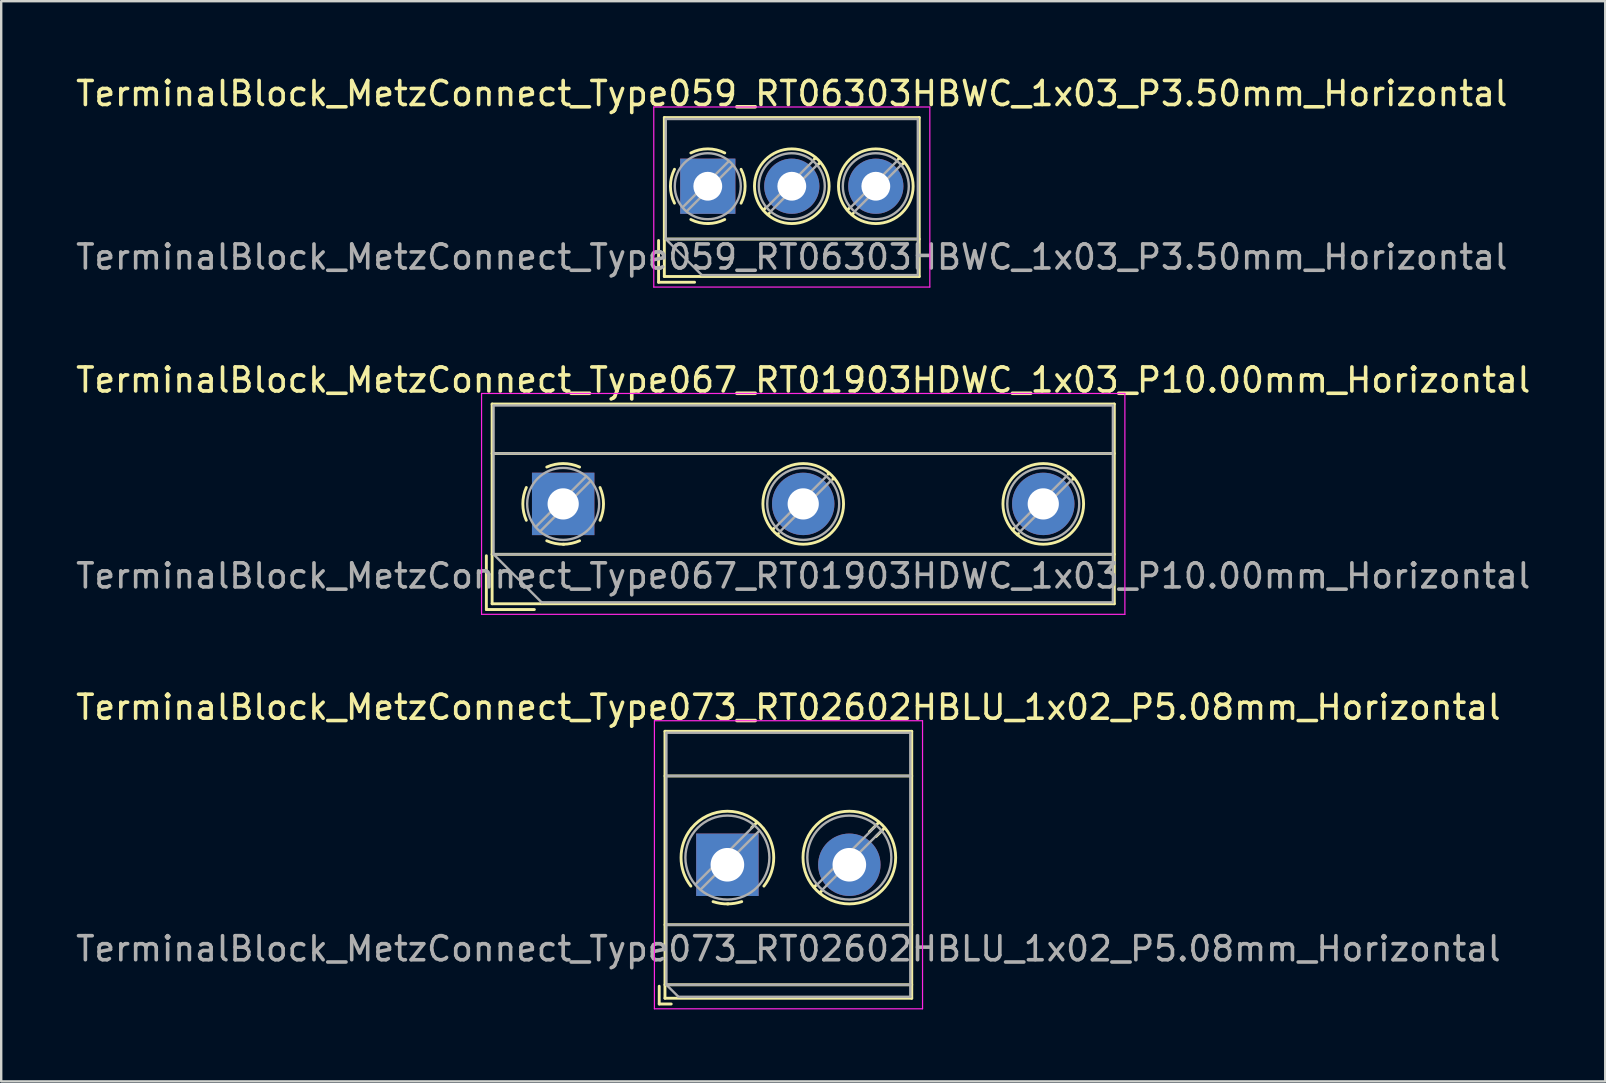
<source format=kicad_pcb>
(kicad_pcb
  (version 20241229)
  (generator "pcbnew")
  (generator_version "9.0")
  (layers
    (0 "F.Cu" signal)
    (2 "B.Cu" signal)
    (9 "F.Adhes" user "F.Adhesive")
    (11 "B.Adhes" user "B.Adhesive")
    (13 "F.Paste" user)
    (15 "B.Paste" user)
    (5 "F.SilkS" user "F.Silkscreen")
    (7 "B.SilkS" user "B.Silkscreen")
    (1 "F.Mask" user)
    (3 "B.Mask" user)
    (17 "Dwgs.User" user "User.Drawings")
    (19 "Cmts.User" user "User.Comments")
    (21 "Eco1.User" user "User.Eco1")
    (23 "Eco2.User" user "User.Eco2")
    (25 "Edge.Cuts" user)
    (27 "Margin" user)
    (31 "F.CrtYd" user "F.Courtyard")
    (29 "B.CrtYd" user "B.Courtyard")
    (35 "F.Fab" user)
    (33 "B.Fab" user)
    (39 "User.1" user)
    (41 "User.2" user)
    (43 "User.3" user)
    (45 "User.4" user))
  (footprint "TerminalBlock_MetzConnect_Type073_RT02602HBLU_1x02_P5.08mm_Horizontal"
    (layer "F.Cu")
    (at 27.252 32.975)
    (property "Reference" "TerminalBlock_MetzConnect_Type073_RT02602HBLU_1x02_P5.08mm_Horizontal" (at 2.54 -6.56 0) (layer "F.SilkS") (effects (font (size 1 1) (thickness 0.15))))
    (attr through_hole)
    (fp_line (start -2.84 5.06) (end -2.84 5.8) (stroke (width 0.12) (type solid)) (layer "F.SilkS"))
    (fp_line (start -2.84 5.8) (end -2.34 5.8) (stroke (width 0.12) (type solid)) (layer "F.SilkS"))
    (fp_line (start -2.6 -5.56) (end -2.6 5.56) (stroke (width 0.12) (type solid)) (layer "F.SilkS"))
    (fp_line (start -2.6 -5.56) (end 7.68 -5.56) (stroke (width 0.12) (type solid)) (layer "F.SilkS"))
    (fp_line (start -2.6 -3.7) (end 7.68 -3.7) (stroke (width 0.12) (type solid)) (layer "F.SilkS"))
    (fp_line (start -2.6 2.5) (end 7.68 2.5) (stroke (width 0.12) (type solid)) (layer "F.SilkS"))
    (fp_line (start -2.6 5) (end 7.68 5) (stroke (width 0.12) (type solid)) (layer "F.SilkS"))
    (fp_line (start -2.6 5.56) (end 7.68 5.56) (stroke (width 0.12) (type solid)) (layer "F.SilkS"))
    (fp_line (start 1.229 -1.764) (end 1.013 -1.549) (stroke (width 0.12) (type solid)) (layer "F.SilkS"))
    (fp_line (start 3.724 0.821) (end 3.617 0.928) (stroke (width 0.12) (type solid)) (layer "F.SilkS"))
    (fp_line (start 3.933 1.083) (end 3.852 1.164) (stroke (width 0.12) (type solid)) (layer "F.SilkS"))
    (fp_line (start 6.309 -1.764) (end 5.918 -1.374) (stroke (width 0.12) (type solid)) (layer "F.SilkS"))
    (fp_line (start 6.544 -1.529) (end 6.194 -1.179) (stroke (width 0.12) (type solid)) (layer "F.SilkS"))
    (fp_line (start 7.68 -5.56) (end 7.68 5.56) (stroke (width 0.12) (type solid)) (layer "F.SilkS"))
    (fp_arc (start -1.521645 0.888175) (mid -1.930586 -0.300524) (end -1.521 -1.489) (stroke (width 0.12) (type solid)) (layer "F.SilkS"))
    (fp_arc (start -1.500317 -1.514609) (mid -0.000252 -2.230344) (end 1.5 -1.515) (stroke (width 0.12) (type solid)) (layer "F.SilkS"))
    (fp_arc (start 0.033269 1.630336) (mid -0.285785 1.609354) (end -0.597 1.536) (stroke (width 0.12) (type solid)) (layer "F.SilkS"))
    (fp_arc (start 0.596403 1.535539) (mid 0.301919 1.606238) (end 0 1.63) (stroke (width 0.12) (type solid)) (layer "F.SilkS"))
    (fp_arc (start 1.521645 -1.488175) (mid 1.930586 -0.299476) (end 1.521 0.889) (stroke (width 0.12) (type solid)) (layer "F.SilkS"))
    (fp_arc (start 5.08 1.63) (mid 5.08 -2.23) (end 5.08 1.63) (stroke (width 0.12) (type solid)) (layer "F.SilkS"))
    (fp_line (start -3.04 -6) (end -3.04 6) (stroke (width 0.05) (type solid)) (layer "F.CrtYd"))
    (fp_line (start -3.04 6) (end 8.13 6) (stroke (width 0.05) (type solid)) (layer "F.CrtYd"))
    (fp_line (start 8.13 -6) (end -3.04 -6) (stroke (width 0.05) (type solid)) (layer "F.CrtYd"))
    (fp_line (start 8.13 6) (end 8.13 -6) (stroke (width 0.05) (type solid)) (layer "F.CrtYd"))
    (fp_line (start -2.54 -5.5) (end 7.62 -5.5) (stroke (width 0.1) (type solid)) (layer "F.Fab"))
    (fp_line (start -2.54 -3.7) (end 7.62 -3.7) (stroke (width 0.1) (type solid)) (layer "F.Fab"))
    (fp_line (start -2.54 2.5) (end 7.62 2.5) (stroke (width 0.1) (type solid)) (layer "F.Fab"))
    (fp_line (start -2.54 5) (end -2.54 -5.5) (stroke (width 0.1) (type solid)) (layer "F.Fab"))
    (fp_line (start -2.54 5) (end 7.62 5) (stroke (width 0.1) (type solid)) (layer "F.Fab"))
    (fp_line (start -2.04 5.5) (end -2.54 5) (stroke (width 0.1) (type solid)) (layer "F.Fab"))
    (fp_line (start 1.114 -1.628) (end -1.328 0.814) (stroke (width 0.1) (type solid)) (layer "F.Fab"))
    (fp_line (start 1.328 -1.414) (end -1.114 1.027) (stroke (width 0.1) (type solid)) (layer "F.Fab"))
    (fp_line (start 6.194 -1.628) (end 3.753 0.814) (stroke (width 0.1) (type solid)) (layer "F.Fab"))
    (fp_line (start 6.408 -1.414) (end 3.967 1.027) (stroke (width 0.1) (type solid)) (layer "F.Fab"))
    (fp_line (start 7.62 -5.5) (end 7.62 5.5) (stroke (width 0.1) (type solid)) (layer "F.Fab"))
    (fp_line (start 7.62 5.5) (end -2.04 5.5) (stroke (width 0.1) (type solid)) (layer "F.Fab"))
    (fp_circle (center 0 -0.3) (end 1.75 -0.3) (stroke (width 0.1) (type solid)) (fill no) (layer "F.Fab"))
    (fp_circle (center 5.08 -0.3) (end 6.83 -0.3) (stroke (width 0.1) (type solid)) (fill no) (layer "F.Fab"))
    (fp_text user "${REFERENCE}" (at 2.54 3.5 0) (layer "F.Fab") (effects (font (size 1 1) (thickness 0.15))))
    (pad "1" thru_hole rect (at 0 0) (size 2.6 2.6) (drill 1.4) (layers "*.Cu" "*.Mask"))
    (pad "2" thru_hole circle (at 5.08 0) (size 2.6 2.6) (drill 1.4) (layers "*.Cu" "*.Mask")))
  (footprint "TerminalBlock_MetzConnect_Type059_RT06303HBWC_1x03_P3.50mm_Horizontal"
    (layer "F.Cu")
    (at 26.435 4.708)
    (property "Reference" "TerminalBlock_MetzConnect_Type059_RT06303HBWC_1x03_P3.50mm_Horizontal" (at 3.5 -3.86 0) (layer "F.SilkS") (effects (font (size 1 1) (thickness 0.15))))
    (attr through_hole)
    (fp_line (start -2.05 2.26) (end -2.05 4) (stroke (width 0.12) (type solid)) (layer "F.SilkS"))
    (fp_line (start -2.05 4) (end -0.55 4) (stroke (width 0.12) (type solid)) (layer "F.SilkS"))
    (fp_line (start -1.81 -2.86) (end -1.81 3.76) (stroke (width 0.12) (type solid)) (layer "F.SilkS"))
    (fp_line (start -1.81 -2.86) (end 8.81 -2.86) (stroke (width 0.12) (type solid)) (layer "F.SilkS"))
    (fp_line (start -1.81 2.2) (end 8.81 2.2) (stroke (width 0.12) (type solid)) (layer "F.SilkS"))
    (fp_line (start -1.81 3.76) (end 8.81 3.76) (stroke (width 0.12) (type solid)) (layer "F.SilkS"))
    (fp_line (start 2.397 0.914) (end 2.321 0.99) (stroke (width 0.12) (type solid)) (layer "F.SilkS"))
    (fp_line (start 2.565 1.125) (end 2.511 1.18) (stroke (width 0.12) (type solid)) (layer "F.SilkS"))
    (fp_line (start 4.49 -1.18) (end 4.436 -1.126) (stroke (width 0.12) (type solid)) (layer "F.SilkS"))
    (fp_line (start 4.68 -0.99) (end 4.604 -0.914) (stroke (width 0.12) (type solid)) (layer "F.SilkS"))
    (fp_line (start 5.897 0.914) (end 5.821 0.99) (stroke (width 0.12) (type solid)) (layer "F.SilkS"))
    (fp_line (start 6.065 1.125) (end 6.011 1.18) (stroke (width 0.12) (type solid)) (layer "F.SilkS"))
    (fp_line (start 7.99 -1.18) (end 7.936 -1.126) (stroke (width 0.12) (type solid)) (layer "F.SilkS"))
    (fp_line (start 8.18 -0.99) (end 8.104 -0.914) (stroke (width 0.12) (type solid)) (layer "F.SilkS"))
    (fp_line (start 8.81 -2.86) (end 8.81 3.76) (stroke (width 0.12) (type solid)) (layer "F.SilkS"))
    (fp_arc (start -1.386645 0.705733) (mid -1.555906 -0.000711) (end -1.386 -0.707) (stroke (width 0.12) (type solid)) (layer "F.SilkS"))
    (fp_arc (start -0.705733 -1.386645) (mid 0.000711 -1.555906) (end 0.707 -1.386) (stroke (width 0.12) (type solid)) (layer "F.SilkS"))
    (fp_arc (start 0.026444 1.555682) (mid -0.350695 1.515869) (end -0.707 1.386) (stroke (width 0.12) (type solid)) (layer "F.SilkS"))
    (fp_arc (start 0.705955 1.385515) (mid 0.363007 1.512035) (end 0 1.555) (stroke (width 0.12) (type solid)) (layer "F.SilkS"))
    (fp_arc (start 1.386645 -0.705733) (mid 1.555906 0.000711) (end 1.386 0.707) (stroke (width 0.12) (type solid)) (layer "F.SilkS"))
    (fp_circle (center 3.5 0) (end 5.055 0) (stroke (width 0.12) (type solid)) (fill no) (layer "F.SilkS"))
    (fp_circle (center 7 0) (end 8.555 0) (stroke (width 0.12) (type solid)) (fill no) (layer "F.SilkS"))
    (fp_line (start -2.25 -3.3) (end -2.25 4.2) (stroke (width 0.05) (type solid)) (layer "F.CrtYd"))
    (fp_line (start -2.25 4.2) (end 9.25 4.2) (stroke (width 0.05) (type solid)) (layer "F.CrtYd"))
    (fp_line (start 9.25 -3.3) (end -2.25 -3.3) (stroke (width 0.05) (type solid)) (layer "F.CrtYd"))
    (fp_line (start 9.25 4.2) (end 9.25 -3.3) (stroke (width 0.05) (type solid)) (layer "F.CrtYd"))
    (fp_line (start -1.75 -2.8) (end 8.75 -2.8) (stroke (width 0.1) (type solid)) (layer "F.Fab"))
    (fp_line (start -1.75 2.2) (end -1.75 -2.8) (stroke (width 0.1) (type solid)) (layer "F.Fab"))
    (fp_line (start -1.75 2.2) (end 8.75 2.2) (stroke (width 0.1) (type solid)) (layer "F.Fab"))
    (fp_line (start -0.25 3.7) (end -1.75 2.2) (stroke (width 0.1) (type solid)) (layer "F.Fab"))
    (fp_line (start 0.876 -1.043) (end -1.043 0.875) (stroke (width 0.1) (type solid)) (layer "F.Fab"))
    (fp_line (start 1.043 -0.875) (end -0.876 1.043) (stroke (width 0.1) (type solid)) (layer "F.Fab"))
    (fp_line (start 4.376 -1.043) (end 2.458 0.875) (stroke (width 0.1) (type solid)) (layer "F.Fab"))
    (fp_line (start 4.543 -0.875) (end 2.625 1.043) (stroke (width 0.1) (type solid)) (layer "F.Fab"))
    (fp_line (start 7.876 -1.043) (end 5.958 0.875) (stroke (width 0.1) (type solid)) (layer "F.Fab"))
    (fp_line (start 8.043 -0.875) (end 6.125 1.043) (stroke (width 0.1) (type solid)) (layer "F.Fab"))
    (fp_line (start 8.75 -2.8) (end 8.75 3.7) (stroke (width 0.1) (type solid)) (layer "F.Fab"))
    (fp_line (start 8.75 3.7) (end -0.25 3.7) (stroke (width 0.1) (type solid)) (layer "F.Fab"))
    (fp_circle (center 0 0) (end 1.375 0) (stroke (width 0.1) (type solid)) (fill no) (layer "F.Fab"))
    (fp_circle (center 3.5 0) (end 4.875 0) (stroke (width 0.1) (type solid)) (fill no) (layer "F.Fab"))
    (fp_circle (center 7 0) (end 8.375 0) (stroke (width 0.1) (type solid)) (fill no) (layer "F.Fab"))
    (fp_text user "${REFERENCE}" (at 3.5 2.95 0) (layer "F.Fab") (effects (font (size 1 1) (thickness 0.15))))
    (pad "1" thru_hole rect (at 0 0) (size 2.3 2.3) (drill 1.2) (layers "*.Cu" "*.Mask"))
    (pad "2" thru_hole circle (at 3.5 0) (size 2.3 2.3) (drill 1.2) (layers "*.Cu" "*.Mask"))
    (pad "3" thru_hole circle (at 7 0) (size 2.3 2.3) (drill 1.2) (layers "*.Cu" "*.Mask")))
  (footprint "TerminalBlock_MetzConnect_Type067_RT01903HDWC_1x03_P10.00mm_Horizontal"
    (layer "F.Cu")
    (at 20.411 17.942)
    (property "Reference" "TerminalBlock_MetzConnect_Type067_RT01903HDWC_1x03_P10.00mm_Horizontal" (at 10 -5.16 0) (layer "F.SilkS") (effects (font (size 1 1) (thickness 0.15))))
    (attr through_hole)
    (fp_line (start -3.2 2.16) (end -3.2 4.4) (stroke (width 0.12) (type solid)) (layer "F.SilkS"))
    (fp_line (start -3.2 4.4) (end -1.2 4.4) (stroke (width 0.12) (type solid)) (layer "F.SilkS"))
    (fp_line (start -2.96 -4.16) (end -2.96 4.16) (stroke (width 0.12) (type solid)) (layer "F.SilkS"))
    (fp_line (start -2.96 -4.16) (end 22.96 -4.16) (stroke (width 0.12) (type solid)) (layer "F.SilkS"))
    (fp_line (start -2.96 -2.1) (end 22.96 -2.1) (stroke (width 0.12) (type solid)) (layer "F.SilkS"))
    (fp_line (start -2.96 2.1) (end 22.96 2.1) (stroke (width 0.12) (type solid)) (layer "F.SilkS"))
    (fp_line (start -2.96 4.16) (end 22.96 4.16) (stroke (width 0.12) (type solid)) (layer "F.SilkS"))
    (fp_line (start 8.773 1.023) (end 8.726 1.069) (stroke (width 0.12) (type solid)) (layer "F.SilkS"))
    (fp_line (start 8.966 1.239) (end 8.931 1.274) (stroke (width 0.12) (type solid)) (layer "F.SilkS"))
    (fp_line (start 11.07 -1.275) (end 11.035 -1.239) (stroke (width 0.12) (type solid)) (layer "F.SilkS"))
    (fp_line (start 11.275 -1.069) (end 11.228 -1.023) (stroke (width 0.12) (type solid)) (layer "F.SilkS"))
    (fp_line (start 18.773 1.023) (end 18.726 1.069) (stroke (width 0.12) (type solid)) (layer "F.SilkS"))
    (fp_line (start 18.966 1.239) (end 18.931 1.274) (stroke (width 0.12) (type solid)) (layer "F.SilkS"))
    (fp_line (start 21.07 -1.275) (end 21.035 -1.239) (stroke (width 0.12) (type solid)) (layer "F.SilkS"))
    (fp_line (start 21.275 -1.069) (end 21.228 -1.023) (stroke (width 0.12) (type solid)) (layer "F.SilkS"))
    (fp_line (start 22.96 -4.16) (end 22.96 4.16) (stroke (width 0.12) (type solid)) (layer "F.SilkS"))
    (fp_arc (start -1.535427 0.683042) (mid -1.680501 -0.000524) (end -1.535 -0.684) (stroke (width 0.12) (type solid)) (layer "F.SilkS"))
    (fp_arc (start -0.683042 -1.535427) (mid 0.000524 -1.680501) (end 0.684 -1.535) (stroke (width 0.12) (type solid)) (layer "F.SilkS"))
    (fp_arc (start 0.028805 1.680253) (mid -0.335551 1.646659) (end -0.684 1.535) (stroke (width 0.12) (type solid)) (layer "F.SilkS"))
    (fp_arc (start 0.683318 1.534756) (mid 0.349292 1.643288) (end 0 1.68) (stroke (width 0.12) (type solid)) (layer "F.SilkS"))
    (fp_arc (start 1.535427 -0.683042) (mid 1.680501 0.000524) (end 1.535 0.684) (stroke (width 0.12) (type solid)) (layer "F.SilkS"))
    (fp_circle (center 10 0) (end 11.68 0) (stroke (width 0.12) (type solid)) (fill no) (layer "F.SilkS"))
    (fp_circle (center 20 0) (end 21.68 0) (stroke (width 0.12) (type solid)) (fill no) (layer "F.SilkS"))
    (fp_line (start -3.4 -4.6) (end -3.4 4.6) (stroke (width 0.05) (type solid)) (layer "F.CrtYd"))
    (fp_line (start -3.4 4.6) (end 23.4 4.6) (stroke (width 0.05) (type solid)) (layer "F.CrtYd"))
    (fp_line (start 23.4 -4.6) (end -3.4 -4.6) (stroke (width 0.05) (type solid)) (layer "F.CrtYd"))
    (fp_line (start 23.4 4.6) (end 23.4 -4.6) (stroke (width 0.05) (type solid)) (layer "F.CrtYd"))
    (fp_line (start -2.9 -4.1) (end 22.9 -4.1) (stroke (width 0.1) (type solid)) (layer "F.Fab"))
    (fp_line (start -2.9 -2.1) (end 22.9 -2.1) (stroke (width 0.1) (type solid)) (layer "F.Fab"))
    (fp_line (start -2.9 2.1) (end -2.9 -4.1) (stroke (width 0.1) (type solid)) (layer "F.Fab"))
    (fp_line (start -2.9 2.1) (end 22.9 2.1) (stroke (width 0.1) (type solid)) (layer "F.Fab"))
    (fp_line (start -0.9 4.1) (end -2.9 2.1) (stroke (width 0.1) (type solid)) (layer "F.Fab"))
    (fp_line (start 0.955 -1.138) (end -1.138 0.955) (stroke (width 0.1) (type solid)) (layer "F.Fab"))
    (fp_line (start 1.138 -0.955) (end -0.955 1.138) (stroke (width 0.1) (type solid)) (layer "F.Fab"))
    (fp_line (start 10.955 -1.138) (end 8.863 0.955) (stroke (width 0.1) (type solid)) (layer "F.Fab"))
    (fp_line (start 11.138 -0.955) (end 9.046 1.138) (stroke (width 0.1) (type solid)) (layer "F.Fab"))
    (fp_line (start 20.955 -1.138) (end 18.863 0.955) (stroke (width 0.1) (type solid)) (layer "F.Fab"))
    (fp_line (start 21.138 -0.955) (end 19.046 1.138) (stroke (width 0.1) (type solid)) (layer "F.Fab"))
    (fp_line (start 22.9 -4.1) (end 22.9 4.1) (stroke (width 0.1) (type solid)) (layer "F.Fab"))
    (fp_line (start 22.9 4.1) (end -0.9 4.1) (stroke (width 0.1) (type solid)) (layer "F.Fab"))
    (fp_circle (center 0 0) (end 1.5 0) (stroke (width 0.1) (type solid)) (fill no) (layer "F.Fab"))
    (fp_circle (center 10 0) (end 11.5 0) (stroke (width 0.1) (type solid)) (fill no) (layer "F.Fab"))
    (fp_circle (center 20 0) (end 21.5 0) (stroke (width 0.1) (type solid)) (fill no) (layer "F.Fab"))
    (fp_text user "${REFERENCE}" (at 10 3 0) (layer "F.Fab") (effects (font (size 1 1) (thickness 0.15))))
    (pad "1" thru_hole rect (at 0 0) (size 2.6 2.6) (drill 1.3) (layers "*.Cu" "*.Mask"))
    (pad "2" thru_hole circle (at 10 0) (size 2.6 2.6) (drill 1.3) (layers "*.Cu" "*.Mask"))
    (pad "3" thru_hole circle (at 20 0) (size 2.6 2.6) (drill 1.3) (layers "*.Cu" "*.Mask")))
  (gr_rect
    (start -3 -3)
    (end 63.821 42)
    (stroke (width 0.1) (type default))
    (fill no)
    (layer "Edge.Cuts")))
</source>
